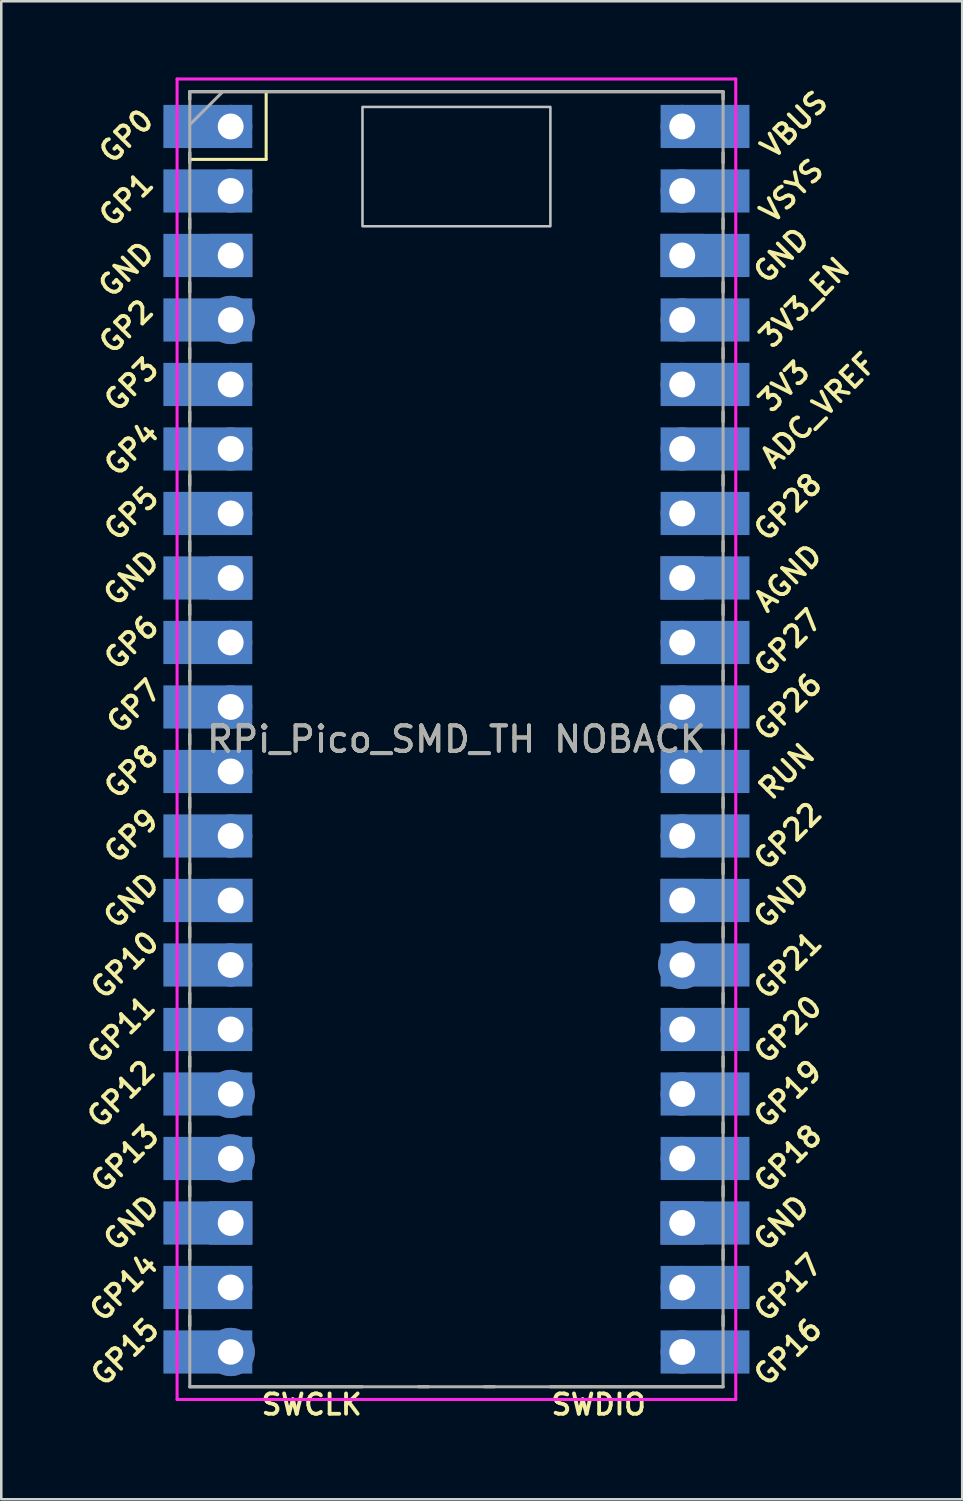
<source format=kicad_pcb>
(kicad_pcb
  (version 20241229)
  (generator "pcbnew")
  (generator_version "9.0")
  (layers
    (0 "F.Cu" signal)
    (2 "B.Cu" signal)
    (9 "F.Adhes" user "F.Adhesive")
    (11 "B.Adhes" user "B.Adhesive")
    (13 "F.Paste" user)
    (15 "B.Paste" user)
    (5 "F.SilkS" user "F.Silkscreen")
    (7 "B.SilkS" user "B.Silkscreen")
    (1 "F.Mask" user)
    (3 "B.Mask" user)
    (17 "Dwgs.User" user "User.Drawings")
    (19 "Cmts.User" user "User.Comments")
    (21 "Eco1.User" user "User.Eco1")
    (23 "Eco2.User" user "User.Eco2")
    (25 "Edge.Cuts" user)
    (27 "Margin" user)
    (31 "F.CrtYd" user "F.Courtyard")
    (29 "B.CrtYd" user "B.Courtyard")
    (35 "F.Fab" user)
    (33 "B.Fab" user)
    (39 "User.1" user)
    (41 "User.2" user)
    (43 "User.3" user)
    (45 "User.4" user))
  (footprint "RPi_Pico_SMD_TH NOBACK"
    (layer "F.Cu")
    (at 14.924 26.06)
    (property "Reference" "RPi_Pico_SMD_TH NOBACK" (at 0 0 0) (layer "F.SilkS") (effects (font (size 1 1) (thickness 0.15))))
    (attr through_hole)
    (fp_line (start -10.5 -25.5) (end -10.5 -25.2) (stroke (width 0.12) (type solid)) (layer "F.SilkS"))
    (fp_line (start -10.5 -25.5) (end 10.5 -25.5) (stroke (width 0.12) (type solid)) (layer "F.SilkS"))
    (fp_line (start -10.5 -23.1) (end -10.5 -22.7) (stroke (width 0.12) (type solid)) (layer "F.SilkS"))
    (fp_line (start -10.5 -22.833) (end -7.493 -22.833) (stroke (width 0.12) (type solid)) (layer "F.SilkS"))
    (fp_line (start -10.5 -20.5) (end -10.5 -20.1) (stroke (width 0.12) (type solid)) (layer "F.SilkS"))
    (fp_line (start -10.5 -18) (end -10.5 -17.6) (stroke (width 0.12) (type solid)) (layer "F.SilkS"))
    (fp_line (start -10.5 -15.4) (end -10.5 -15) (stroke (width 0.12) (type solid)) (layer "F.SilkS"))
    (fp_line (start -10.5 -12.9) (end -10.5 -12.5) (stroke (width 0.12) (type solid)) (layer "F.SilkS"))
    (fp_line (start -10.5 -10.4) (end -10.5 -10) (stroke (width 0.12) (type solid)) (layer "F.SilkS"))
    (fp_line (start -10.5 -7.8) (end -10.5 -7.4) (stroke (width 0.12) (type solid)) (layer "F.SilkS"))
    (fp_line (start -10.5 -5.3) (end -10.5 -4.9) (stroke (width 0.12) (type solid)) (layer "F.SilkS"))
    (fp_line (start -10.5 -2.7) (end -10.5 -2.3) (stroke (width 0.12) (type solid)) (layer "F.SilkS"))
    (fp_line (start -10.5 -0.2) (end -10.5 0.2) (stroke (width 0.12) (type solid)) (layer "F.SilkS"))
    (fp_line (start -10.5 2.3) (end -10.5 2.7) (stroke (width 0.12) (type solid)) (layer "F.SilkS"))
    (fp_line (start -10.5 4.9) (end -10.5 5.3) (stroke (width 0.12) (type solid)) (layer "F.SilkS"))
    (fp_line (start -10.5 7.4) (end -10.5 7.8) (stroke (width 0.12) (type solid)) (layer "F.SilkS"))
    (fp_line (start -10.5 10) (end -10.5 10.4) (stroke (width 0.12) (type solid)) (layer "F.SilkS"))
    (fp_line (start -10.5 12.5) (end -10.5 12.9) (stroke (width 0.12) (type solid)) (layer "F.SilkS"))
    (fp_line (start -10.5 15.1) (end -10.5 15.5) (stroke (width 0.12) (type solid)) (layer "F.SilkS"))
    (fp_line (start -10.5 17.6) (end -10.5 18) (stroke (width 0.12) (type solid)) (layer "F.SilkS"))
    (fp_line (start -10.5 20.1) (end -10.5 20.5) (stroke (width 0.12) (type solid)) (layer "F.SilkS"))
    (fp_line (start -10.5 22.7) (end -10.5 23.1) (stroke (width 0.12) (type solid)) (layer "F.SilkS"))
    (fp_line (start -7.493 -22.833) (end -7.493 -25.5) (stroke (width 0.12) (type solid)) (layer "F.SilkS"))
    (fp_line (start -3.7 25.5) (end -10.5 25.5) (stroke (width 0.12) (type solid)) (layer "F.SilkS"))
    (fp_line (start -1.5 25.5) (end -1.1 25.5) (stroke (width 0.12) (type solid)) (layer "F.SilkS"))
    (fp_line (start 1.1 25.5) (end 1.5 25.5) (stroke (width 0.12) (type solid)) (layer "F.SilkS"))
    (fp_line (start 10.5 -25.5) (end 10.5 -25.2) (stroke (width 0.12) (type solid)) (layer "F.SilkS"))
    (fp_line (start 10.5 -23.1) (end 10.5 -22.7) (stroke (width 0.12) (type solid)) (layer "F.SilkS"))
    (fp_line (start 10.5 -20.5) (end 10.5 -20.1) (stroke (width 0.12) (type solid)) (layer "F.SilkS"))
    (fp_line (start 10.5 -18) (end 10.5 -17.6) (stroke (width 0.12) (type solid)) (layer "F.SilkS"))
    (fp_line (start 10.5 -15.4) (end 10.5 -15) (stroke (width 0.12) (type solid)) (layer "F.SilkS"))
    (fp_line (start 10.5 -12.9) (end 10.5 -12.5) (stroke (width 0.12) (type solid)) (layer "F.SilkS"))
    (fp_line (start 10.5 -10.4) (end 10.5 -10) (stroke (width 0.12) (type solid)) (layer "F.SilkS"))
    (fp_line (start 10.5 -7.8) (end 10.5 -7.4) (stroke (width 0.12) (type solid)) (layer "F.SilkS"))
    (fp_line (start 10.5 -5.3) (end 10.5 -4.9) (stroke (width 0.12) (type solid)) (layer "F.SilkS"))
    (fp_line (start 10.5 -2.7) (end 10.5 -2.3) (stroke (width 0.12) (type solid)) (layer "F.SilkS"))
    (fp_line (start 10.5 -0.2) (end 10.5 0.2) (stroke (width 0.12) (type solid)) (layer "F.SilkS"))
    (fp_line (start 10.5 2.3) (end 10.5 2.7) (stroke (width 0.12) (type solid)) (layer "F.SilkS"))
    (fp_line (start 10.5 4.9) (end 10.5 5.3) (stroke (width 0.12) (type solid)) (layer "F.SilkS"))
    (fp_line (start 10.5 7.4) (end 10.5 7.8) (stroke (width 0.12) (type solid)) (layer "F.SilkS"))
    (fp_line (start 10.5 10) (end 10.5 10.4) (stroke (width 0.12) (type solid)) (layer "F.SilkS"))
    (fp_line (start 10.5 12.5) (end 10.5 12.9) (stroke (width 0.12) (type solid)) (layer "F.SilkS"))
    (fp_line (start 10.5 15.1) (end 10.5 15.5) (stroke (width 0.12) (type solid)) (layer "F.SilkS"))
    (fp_line (start 10.5 17.6) (end 10.5 18) (stroke (width 0.12) (type solid)) (layer "F.SilkS"))
    (fp_line (start 10.5 20.1) (end 10.5 20.5) (stroke (width 0.12) (type solid)) (layer "F.SilkS"))
    (fp_line (start 10.5 22.7) (end 10.5 23.1) (stroke (width 0.12) (type solid)) (layer "F.SilkS"))
    (fp_line (start 10.5 25.5) (end 3.7 25.5) (stroke (width 0.12) (type solid)) (layer "F.SilkS"))
    (fp_poly (pts (xy 3.7 -20.2) (xy -3.7 -20.2) (xy -3.7 -24.9) (xy 3.7 -24.9)) (stroke (width 0.1) (type solid)) (fill no) (layer "Dwgs.User"))
    (fp_line (start -11 -26) (end 11 -26) (stroke (width 0.12) (type solid)) (layer "F.CrtYd"))
    (fp_line (start -11 26) (end -11 -26) (stroke (width 0.12) (type solid)) (layer "F.CrtYd"))
    (fp_line (start 11 -26) (end 11 26) (stroke (width 0.12) (type solid)) (layer "F.CrtYd"))
    (fp_line (start 11 26) (end -11 26) (stroke (width 0.12) (type solid)) (layer "F.CrtYd"))
    (fp_line (start -10.5 -25.5) (end 10.5 -25.5) (stroke (width 0.12) (type solid)) (layer "F.Fab"))
    (fp_line (start -10.5 -24.2) (end -9.2 -25.5) (stroke (width 0.12) (type solid)) (layer "F.Fab"))
    (fp_line (start -10.5 25.5) (end -10.5 -25.5) (stroke (width 0.12) (type solid)) (layer "F.Fab"))
    (fp_line (start 10.5 -25.5) (end 10.5 25.5) (stroke (width 0.12) (type solid)) (layer "F.Fab"))
    (fp_line (start 10.5 25.5) (end -10.5 25.5) (stroke (width 0.12) (type solid)) (layer "F.Fab"))
    (fp_text user "GP9" (at -12.8 3.81 45) (layer "F.SilkS") (effects (font (size 0.8 0.8) (thickness 0.15))))
    (fp_text user "GP27" (at 13.054 -3.8 45) (layer "F.SilkS") (effects (font (size 0.8 0.8) (thickness 0.15))))
    (fp_text user "GND" (at -12.8 19.05 45) (layer "F.SilkS") (effects (font (size 0.8 0.8) (thickness 0.15))))
    (fp_text user "GND" (at -12.8 -6.35 45) (layer "F.SilkS") (effects (font (size 0.8 0.8) (thickness 0.15))))
    (fp_text user "GP6" (at -12.8 -3.81 45) (layer "F.SilkS") (effects (font (size 0.8 0.8) (thickness 0.15))))
    (fp_text user "GP0" (at -13 -23.75 45) (layer "F.SilkS") (effects (font (size 0.8 0.8) (thickness 0.15))))
    (fp_text user "ADC_VREF" (at 14.25 -12.95 45) (layer "F.SilkS") (effects (font (size 0.8 0.8) (thickness 0.15))))
    (fp_text user "GP22" (at 13.054 3.81 45) (layer "F.SilkS") (effects (font (size 0.8 0.8) (thickness 0.15))))
    (fp_text user "GP20" (at 13.054 11.43 45) (layer "F.SilkS") (effects (font (size 0.8 0.8) (thickness 0.15))))
    (fp_text user "GP16" (at 13.054 24.13 45) (layer "F.SilkS") (effects (font (size 0.8 0.8) (thickness 0.15))))
    (fp_text user "SWDIO" (at 5.6 26.2 0) (layer "F.SilkS") (effects (font (size 0.8 0.8) (thickness 0.15))))
    (fp_text user "GP8" (at -12.8 1.27 45) (layer "F.SilkS") (effects (font (size 0.8 0.8) (thickness 0.15))))
    (fp_text user "GP13" (at -13.054 16.51 45) (layer "F.SilkS") (effects (font (size 0.8 0.8) (thickness 0.15))))
    (fp_text user "GP14" (at -13.1 21.59 45) (layer "F.SilkS") (effects (font (size 0.8 0.8) (thickness 0.15))))
    (fp_text user "GND" (at 12.8 6.35 45) (layer "F.SilkS") (effects (font (size 0.8 0.8) (thickness 0.15))))
    (fp_text user "RUN" (at 13 1.27 45) (layer "F.SilkS") (effects (font (size 0.8 0.8) (thickness 0.15))))
    (fp_text user "GND" (at -13 -18.5 45) (layer "F.SilkS") (effects (font (size 0.8 0.8) (thickness 0.15))))
    (fp_text user "3V3" (at 12.9 -13.9 45) (layer "F.SilkS") (effects (font (size 0.8 0.8) (thickness 0.15))))
    (fp_text user "GP1" (at -13 -21.25 45) (layer "F.SilkS") (effects (font (size 0.8 0.8) (thickness 0.15))))
    (fp_text user "GP3" (at -12.8 -13.97 45) (layer "F.SilkS") (effects (font (size 0.8 0.8) (thickness 0.15))))
    (fp_text user "GP4" (at -12.8 -11.43 45) (layer "F.SilkS") (effects (font (size 0.8 0.8) (thickness 0.15))))
    (fp_text user "SWCLK" (at -5.7 26.2 0) (layer "F.SilkS") (effects (font (size 0.8 0.8) (thickness 0.15))))
    (fp_text user "GP28" (at 13.054 -9.144 45) (layer "F.SilkS") (effects (font (size 0.8 0.8) (thickness 0.15))))
    (fp_text user "GP19" (at 13.054 13.97 45) (layer "F.SilkS") (effects (font (size 0.8 0.8) (thickness 0.15))))
    (fp_text user "GP2" (at -13 -16.25 45) (layer "F.SilkS") (effects (font (size 0.8 0.8) (thickness 0.15))))
    (fp_text user "GP21" (at 13.054 8.9 45) (layer "F.SilkS") (effects (font (size 0.8 0.8) (thickness 0.15))))
    (fp_text user "GP11" (at -13.2 11.43 45) (layer "F.SilkS") (effects (font (size 0.8 0.8) (thickness 0.15))))
    (fp_text user "VBUS" (at 13.3 -24.2 45) (layer "F.SilkS") (effects (font (size 0.8 0.8) (thickness 0.15))))
    (fp_text user "GP15" (at -13.054 24.13 45) (layer "F.SilkS") (effects (font (size 0.8 0.8) (thickness 0.15))))
    (fp_text user "GND" (at -12.8 6.35 45) (layer "F.SilkS") (effects (font (size 0.8 0.8) (thickness 0.15))))
    (fp_text user "GP7" (at -12.7 -1.3 45) (layer "F.SilkS") (effects (font (size 0.8 0.8) (thickness 0.15))))
    (fp_text user "VSYS" (at 13.2 -21.59 45) (layer "F.SilkS") (effects (font (size 0.8 0.8) (thickness 0.15))))
    (fp_text user "GP26" (at 13.054 -1.27 45) (layer "F.SilkS") (effects (font (size 0.8 0.8) (thickness 0.15))))
    (fp_text user "3V3_EN" (at 13.7 -17.2 45) (layer "F.SilkS") (effects (font (size 0.8 0.8) (thickness 0.15))))
    (fp_text user "GP5" (at -12.8 -8.89 45) (layer "F.SilkS") (effects (font (size 0.8 0.8) (thickness 0.15))))
    (fp_text user "AGND" (at 13.054 -6.35 45) (layer "F.SilkS") (effects (font (size 0.8 0.8) (thickness 0.15))))
    (fp_text user "GND" (at 12.8 -19.05 45) (layer "F.SilkS") (effects (font (size 0.8 0.8) (thickness 0.15))))
    (fp_text user "GP17" (at 13.054 21.59 45) (layer "F.SilkS") (effects (font (size 0.8 0.8) (thickness 0.15))))
    (fp_text user "GP12" (at -13.2 13.97 45) (layer "F.SilkS") (effects (font (size 0.8 0.8) (thickness 0.15))))
    (fp_text user "GND" (at 12.8 19.05 45) (layer "F.SilkS") (effects (font (size 0.8 0.8) (thickness 0.15))))
    (fp_text user "GP10" (at -13.054 8.89 45) (layer "F.SilkS") (effects (font (size 0.8 0.8) (thickness 0.15))))
    (fp_text user "GP18" (at 13.054 16.51 45) (layer "F.SilkS") (effects (font (size 0.8 0.8) (thickness 0.15))))
    (fp_text user "${REFERENCE}" (at 0 0 0) (layer "F.Fab") (effects (font (size 1 1) (thickness 0.15))))
    (pad "1" thru_hole oval (at -8.89 -24.13) (size 1.7 1.7) (drill 1.02) (layers "*.Cu" "*.Mask"))
    (pad "1" smd rect (at -8.89 -24.13) (size 3.5 1.7) (drill (offset -0.9 0)) (layers "F.Mask" "B.Cu"))
    (pad "2" thru_hole oval (at -8.89 -21.59) (size 1.7 1.7) (drill 1.02) (layers "*.Cu" "*.Mask"))
    (pad "2" smd rect (at -8.89 -21.59) (size 3.5 1.7) (drill (offset -0.9 0)) (layers "F.Mask" "B.Cu"))
    (pad "3" thru_hole rect (at -8.89 -19.05) (size 1.7 1.7) (drill 1.02) (layers "*.Cu" "*.Mask"))
    (pad "3" smd rect (at -8.89 -19.05) (size 3.5 1.7) (drill (offset -0.9 0)) (layers "F.Mask" "B.Cu"))
    (pad "4" thru_hole circle (at -8.89 -16.51) (size 1.9 1.9) (drill 1) (layers "*.Cu" "*.Mask"))
    (pad "4" smd rect (at -8.89 -16.51) (size 3.5 1.7) (drill (offset -0.9 0)) (layers "F.Mask" "B.Cu"))
    (pad "5" thru_hole oval (at -8.89 -13.97) (size 1.7 1.7) (drill 1.02) (layers "*.Cu" "*.Mask"))
    (pad "5" smd rect (at -8.89 -13.97) (size 3.5 1.7) (drill (offset -0.9 0)) (layers "F.Mask" "B.Cu"))
    (pad "6" thru_hole oval (at -8.89 -11.43) (size 1.7 1.7) (drill 1.02) (layers "*.Cu" "*.Mask"))
    (pad "6" smd rect (at -8.89 -11.43) (size 3.5 1.7) (drill (offset -0.9 0)) (layers "F.Mask" "B.Cu"))
    (pad "7" thru_hole oval (at -8.89 -8.89) (size 1.7 1.7) (drill 1.02) (layers "*.Cu" "*.Mask"))
    (pad "7" smd rect (at -8.89 -8.89) (size 3.5 1.7) (drill (offset -0.9 0)) (layers "F.Mask" "B.Cu"))
    (pad "8" thru_hole rect (at -8.89 -6.35) (size 1.7 1.7) (drill 1.02) (layers "*.Cu" "*.Mask"))
    (pad "8" smd rect (at -8.89 -6.35) (size 3.5 1.7) (drill (offset -0.9 0)) (layers "F.Mask" "B.Cu"))
    (pad "9" thru_hole oval (at -8.89 -3.81) (size 1.7 1.7) (drill 1.02) (layers "*.Cu" "*.Mask"))
    (pad "9" smd rect (at -8.89 -3.81) (size 3.5 1.7) (drill (offset -0.9 0)) (layers "F.Mask" "B.Cu"))
    (pad "10" thru_hole oval (at -8.89 -1.27) (size 1.7 1.7) (drill 1.02) (layers "*.Cu" "*.Mask"))
    (pad "10" smd rect (at -8.89 -1.27) (size 3.5 1.7) (drill (offset -0.9 0)) (layers "F.Mask" "B.Cu"))
    (pad "11" thru_hole oval (at -8.89 1.27) (size 1.7 1.7) (drill 1.02) (layers "*.Cu" "*.Mask"))
    (pad "11" smd rect (at -8.89 1.27) (size 3.5 1.7) (drill (offset -0.9 0)) (layers "F.Mask" "B.Cu"))
    (pad "12" thru_hole oval (at -8.89 3.81) (size 1.7 1.7) (drill 1.02) (layers "*.Cu" "*.Mask"))
    (pad "12" smd rect (at -8.89 3.81) (size 3.5 1.7) (drill (offset -0.9 0)) (layers "F.Mask" "B.Cu"))
    (pad "13" thru_hole rect (at -8.89 6.35) (size 1.7 1.7) (drill 1.02) (layers "*.Cu" "*.Mask"))
    (pad "13" smd rect (at -8.89 6.35) (size 3.5 1.7) (drill (offset -0.9 0)) (layers "F.Mask" "B.Cu"))
    (pad "14" thru_hole oval (at -8.89 8.89) (size 1.7 1.7) (drill 1.02) (layers "*.Cu" "*.Mask"))
    (pad "14" smd rect (at -8.89 8.89) (size 3.5 1.7) (drill (offset -0.9 0)) (layers "F.Mask" "B.Cu"))
    (pad "15" thru_hole oval (at -8.89 11.43) (size 1.7 1.7) (drill 1.02) (layers "*.Cu" "*.Mask"))
    (pad "15" smd rect (at -8.89 11.43) (size 3.5 1.7) (drill (offset -0.9 0)) (layers "F.Mask" "B.Cu"))
    (pad "16" thru_hole circle (at -8.89 13.97) (size 1.9 1.9) (drill 1) (layers "*.Cu" "*.Mask"))
    (pad "16" smd rect (at -8.89 13.97) (size 3.5 1.7) (drill (offset -0.9 0)) (layers "F.Mask" "B.Cu"))
    (pad "17" thru_hole circle (at -8.89 16.51) (size 1.9 1.9) (drill 1) (layers "*.Cu" "*.Mask"))
    (pad "17" smd rect (at -8.89 16.51) (size 3.5 1.7) (drill (offset -0.9 0)) (layers "F.Mask" "B.Cu"))
    (pad "18" thru_hole rect (at -8.89 19.05) (size 1.7 1.7) (drill 1.02) (layers "*.Cu" "*.Mask"))
    (pad "18" smd rect (at -8.89 19.05) (size 3.5 1.7) (drill (offset -0.9 0)) (layers "F.Mask" "B.Cu"))
    (pad "19" thru_hole oval (at -8.89 21.59) (size 1.7 1.7) (drill 1.02) (layers "*.Cu" "*.Mask"))
    (pad "19" smd rect (at -8.89 21.59) (size 3.5 1.7) (drill (offset -0.9 0)) (layers "F.Mask" "B.Cu"))
    (pad "20" thru_hole circle (at -8.89 24.13) (size 1.9 1.9) (drill 1) (layers "*.Cu" "*.Mask"))
    (pad "20" smd rect (at -8.89 24.13) (size 3.5 1.7) (drill (offset -0.9 0)) (layers "F.Mask" "B.Cu"))
    (pad "21" thru_hole oval (at 8.89 24.13) (size 1.7 1.7) (drill 1.02) (layers "*.Cu" "*.Mask"))
    (pad "21" smd rect (at 8.89 24.13) (size 3.5 1.7) (drill (offset 0.9 0)) (layers "F.Mask" "B.Cu"))
    (pad "22" thru_hole oval (at 8.89 21.59) (size 1.7 1.7) (drill 1.02) (layers "*.Cu" "*.Mask"))
    (pad "22" smd rect (at 8.89 21.59) (size 3.5 1.7) (drill (offset 0.9 0)) (layers "F.Mask" "B.Cu"))
    (pad "23" thru_hole rect (at 8.89 19.05) (size 1.7 1.7) (drill 1.02) (layers "*.Cu" "*.Mask"))
    (pad "23" smd rect (at 8.89 19.05) (size 3.5 1.7) (drill (offset 0.9 0)) (layers "F.Mask" "B.Cu"))
    (pad "24" thru_hole oval (at 8.89 16.51) (size 1.7 1.7) (drill 1.02) (layers "*.Cu" "*.Mask"))
    (pad "24" smd rect (at 8.89 16.51) (size 3.5 1.7) (drill (offset 0.9 0)) (layers "F.Mask" "B.Cu"))
    (pad "25" thru_hole oval (at 8.89 13.97) (size 1.7 1.7) (drill 1.02) (layers "*.Cu" "*.Mask"))
    (pad "25" smd rect (at 8.89 13.97) (size 3.5 1.7) (drill (offset 0.9 0)) (layers "F.Mask" "B.Cu"))
    (pad "26" thru_hole oval (at 8.89 11.43) (size 1.7 1.7) (drill 1.02) (layers "*.Cu" "*.Mask"))
    (pad "26" smd rect (at 8.89 11.43) (size 3.5 1.7) (drill (offset 0.9 0)) (layers "F.Mask" "B.Cu"))
    (pad "27" thru_hole circle (at 8.89 8.89) (size 1.9 1.9) (drill 1) (layers "*.Cu" "*.Mask"))
    (pad "27" smd rect (at 8.89 8.89) (size 3.5 1.7) (drill (offset 0.9 0)) (layers "F.Mask" "B.Cu"))
    (pad "28" thru_hole rect (at 8.89 6.35) (size 1.7 1.7) (drill 1.02) (layers "*.Cu" "*.Mask"))
    (pad "28" smd rect (at 8.89 6.35) (size 3.5 1.7) (drill (offset 0.9 0)) (layers "F.Mask" "B.Cu"))
    (pad "29" thru_hole oval (at 8.89 3.81) (size 1.7 1.7) (drill 1.02) (layers "*.Cu" "*.Mask"))
    (pad "29" smd rect (at 8.89 3.81) (size 3.5 1.7) (drill (offset 0.9 0)) (layers "F.Mask" "B.Cu"))
    (pad "30" thru_hole oval (at 8.89 1.27) (size 1.7 1.7) (drill 1.02) (layers "*.Cu" "*.Mask"))
    (pad "30" smd rect (at 8.89 1.27) (size 3.5 1.7) (drill (offset 0.9 0)) (layers "F.Mask" "B.Cu"))
    (pad "31" thru_hole oval (at 8.89 -1.27) (size 1.7 1.7) (drill 1.02) (layers "*.Cu" "*.Mask"))
    (pad "31" smd rect (at 8.89 -1.27) (size 3.5 1.7) (drill (offset 0.9 0)) (layers "F.Mask" "B.Cu"))
    (pad "32" thru_hole oval (at 8.89 -3.81) (size 1.7 1.7) (drill 1.02) (layers "*.Cu" "*.Mask"))
    (pad "32" smd rect (at 8.89 -3.81) (size 3.5 1.7) (drill (offset 0.9 0)) (layers "F.Mask" "B.Cu"))
    (pad "33" thru_hole rect (at 8.89 -6.35) (size 1.7 1.7) (drill 1.02) (layers "*.Cu" "*.Mask"))
    (pad "33" smd rect (at 8.89 -6.35) (size 3.5 1.7) (drill (offset 0.9 0)) (layers "F.Mask" "B.Cu"))
    (pad "34" thru_hole oval (at 8.89 -8.89) (size 1.7 1.7) (drill 1.02) (layers "*.Cu" "*.Mask"))
    (pad "34" smd rect (at 8.89 -8.89) (size 3.5 1.7) (drill (offset 0.9 0)) (layers "F.Mask" "B.Cu"))
    (pad "35" thru_hole oval (at 8.89 -11.43) (size 1.7 1.7) (drill 1.02) (layers "*.Cu" "*.Mask"))
    (pad "35" smd rect (at 8.89 -11.43) (size 3.5 1.7) (drill (offset 0.9 0)) (layers "F.Mask" "B.Cu"))
    (pad "36" thru_hole oval (at 8.89 -13.97) (size 1.7 1.7) (drill 1.02) (layers "*.Cu" "*.Mask"))
    (pad "36" smd rect (at 8.89 -13.97) (size 3.5 1.7) (drill (offset 0.9 0)) (layers "F.Mask" "B.Cu"))
    (pad "37" thru_hole oval (at 8.89 -16.51) (size 1.7 1.7) (drill 1.02) (layers "*.Cu" "*.Mask"))
    (pad "37" smd rect (at 8.89 -16.51) (size 3.5 1.7) (drill (offset 0.9 0)) (layers "F.Mask" "B.Cu"))
    (pad "38" thru_hole rect (at 8.89 -19.05) (size 1.7 1.7) (drill 1.02) (layers "*.Cu" "*.Mask"))
    (pad "38" smd rect (at 8.89 -19.05) (size 3.5 1.7) (drill (offset 0.9 0)) (layers "F.Mask" "B.Cu"))
    (pad "39" thru_hole oval (at 8.89 -21.59) (size 1.7 1.7) (drill 1.02) (layers "*.Cu" "*.Mask"))
    (pad "39" smd rect (at 8.89 -21.59) (size 3.5 1.7) (drill (offset 0.9 0)) (layers "F.Mask" "B.Cu"))
    (pad "40" thru_hole oval (at 8.89 -24.13) (size 1.7 1.7) (drill 1.02) (layers "*.Cu" "*.Mask"))
    (pad "40" smd rect (at 8.89 -24.13) (size 3.5 1.7) (drill (offset 0.9 0)) (layers "F.Mask" "B.Cu")))
  (gr_rect
    (start -3 -3)
    (end 34.841 55.991)
    (stroke (width 0.1) (type default))
    (fill no)
    (layer "Edge.Cuts")))
</source>
